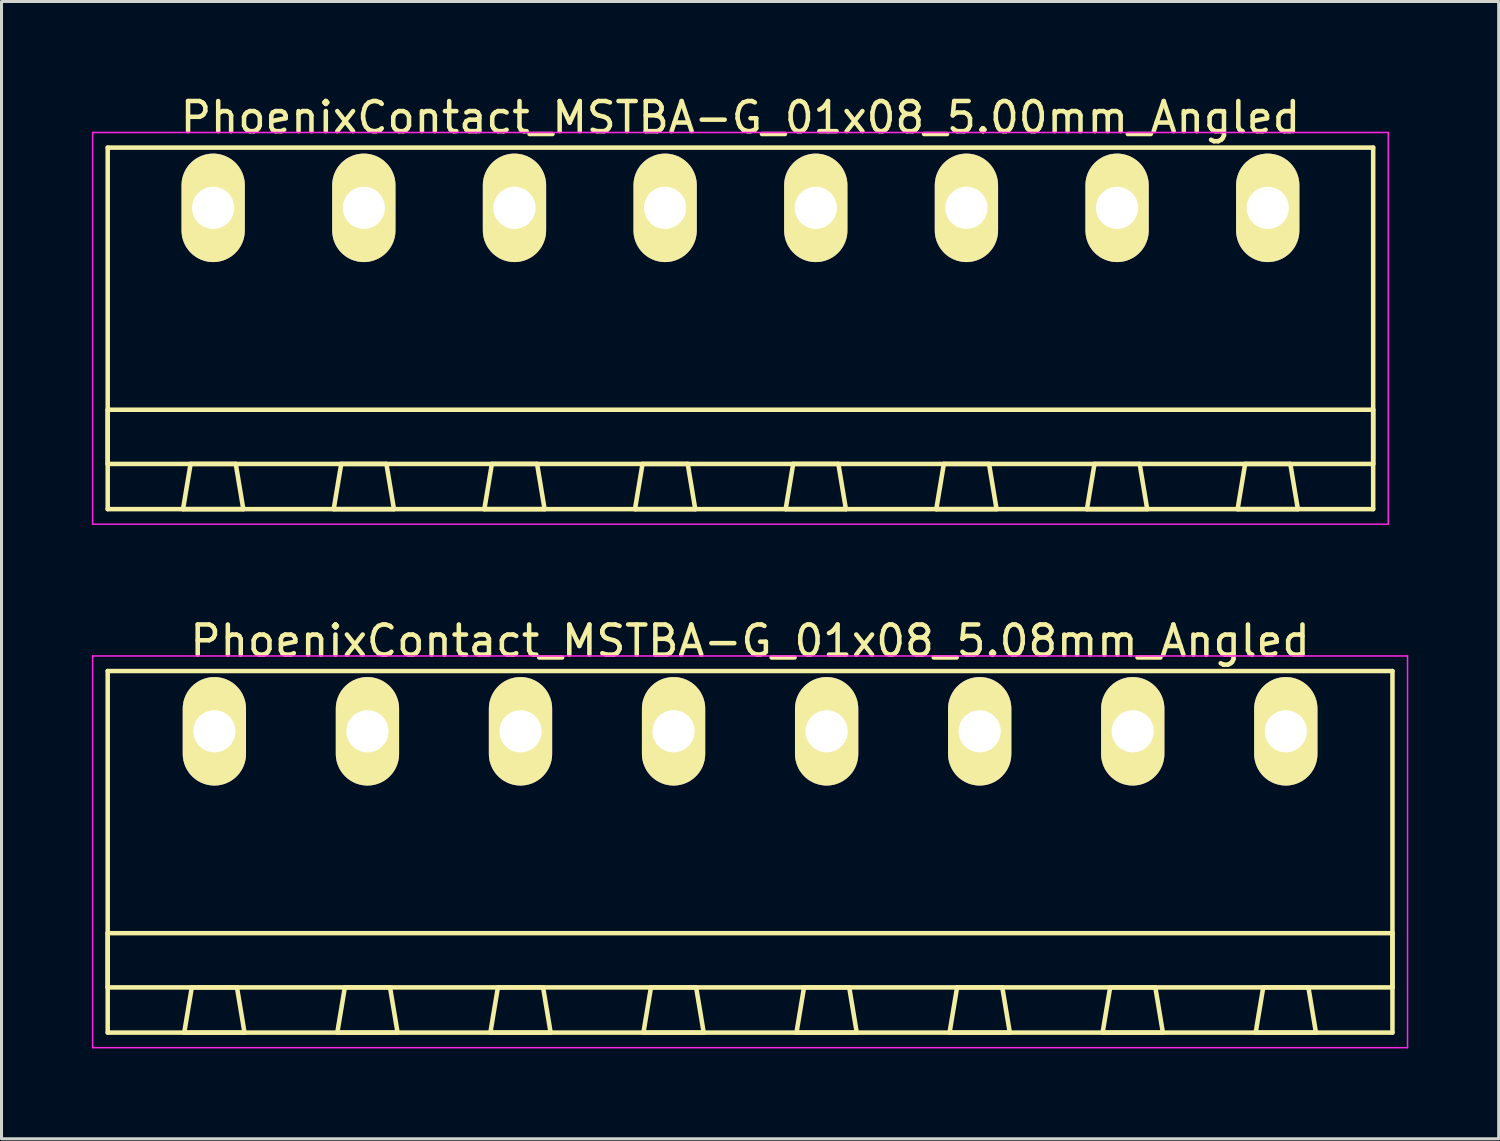
<source format=kicad_pcb>
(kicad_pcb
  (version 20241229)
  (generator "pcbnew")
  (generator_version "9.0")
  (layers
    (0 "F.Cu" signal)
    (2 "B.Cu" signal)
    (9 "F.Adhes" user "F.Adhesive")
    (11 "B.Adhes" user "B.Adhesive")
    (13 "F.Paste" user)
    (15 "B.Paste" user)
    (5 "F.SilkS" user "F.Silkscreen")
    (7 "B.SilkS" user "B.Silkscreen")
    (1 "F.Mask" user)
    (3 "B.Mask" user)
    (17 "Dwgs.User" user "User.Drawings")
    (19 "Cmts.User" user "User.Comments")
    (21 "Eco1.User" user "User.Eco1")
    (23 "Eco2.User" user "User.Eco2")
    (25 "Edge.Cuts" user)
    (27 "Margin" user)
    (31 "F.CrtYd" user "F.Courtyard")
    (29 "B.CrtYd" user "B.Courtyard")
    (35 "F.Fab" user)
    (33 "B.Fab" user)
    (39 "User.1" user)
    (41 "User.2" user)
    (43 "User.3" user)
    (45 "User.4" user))
  (footprint "PhoenixContact_MSTBA-G_01x08_5.08mm_Angled"
    (layer "F.Cu")
    (at 4.065 21.221)
    (property "Reference" "PhoenixContact_MSTBA-G_01x08_5.08mm_Angled" (at 17.78 -3 0) (layer "F.SilkS") (effects (font (size 1 1) (thickness 0.15))))
    (attr through_hole)
    (fp_line (start -3.54 -2) (end -3.54 10) (stroke (width 0.15) (type solid)) (layer "F.SilkS"))
    (fp_line (start -3.54 6.7) (end 39.1 6.7) (stroke (width 0.15) (type solid)) (layer "F.SilkS"))
    (fp_line (start -3.54 8.5) (end -3.54 6.7) (stroke (width 0.15) (type solid)) (layer "F.SilkS"))
    (fp_line (start -3.54 10) (end 39.1 10) (stroke (width 0.15) (type solid)) (layer "F.SilkS"))
    (fp_line (start -1 10) (end 1 10) (stroke (width 0.15) (type solid)) (layer "F.SilkS"))
    (fp_line (start -0.75 8.5) (end -1 10) (stroke (width 0.15) (type solid)) (layer "F.SilkS"))
    (fp_line (start 0.75 8.5) (end -0.75 8.5) (stroke (width 0.15) (type solid)) (layer "F.SilkS"))
    (fp_line (start 1 10) (end 0.75 8.5) (stroke (width 0.15) (type solid)) (layer "F.SilkS"))
    (fp_line (start 4.08 10) (end 6.08 10) (stroke (width 0.15) (type solid)) (layer "F.SilkS"))
    (fp_line (start 4.33 8.5) (end 4.08 10) (stroke (width 0.15) (type solid)) (layer "F.SilkS"))
    (fp_line (start 5.83 8.5) (end 4.33 8.5) (stroke (width 0.15) (type solid)) (layer "F.SilkS"))
    (fp_line (start 6.08 10) (end 5.83 8.5) (stroke (width 0.15) (type solid)) (layer "F.SilkS"))
    (fp_line (start 9.16 10) (end 11.16 10) (stroke (width 0.15) (type solid)) (layer "F.SilkS"))
    (fp_line (start 9.41 8.5) (end 9.16 10) (stroke (width 0.15) (type solid)) (layer "F.SilkS"))
    (fp_line (start 10.91 8.5) (end 9.41 8.5) (stroke (width 0.15) (type solid)) (layer "F.SilkS"))
    (fp_line (start 11.16 10) (end 10.91 8.5) (stroke (width 0.15) (type solid)) (layer "F.SilkS"))
    (fp_line (start 14.24 10) (end 16.24 10) (stroke (width 0.15) (type solid)) (layer "F.SilkS"))
    (fp_line (start 14.49 8.5) (end 14.24 10) (stroke (width 0.15) (type solid)) (layer "F.SilkS"))
    (fp_line (start 15.99 8.5) (end 14.49 8.5) (stroke (width 0.15) (type solid)) (layer "F.SilkS"))
    (fp_line (start 16.24 10) (end 15.99 8.5) (stroke (width 0.15) (type solid)) (layer "F.SilkS"))
    (fp_line (start 19.32 10) (end 21.32 10) (stroke (width 0.15) (type solid)) (layer "F.SilkS"))
    (fp_line (start 19.57 8.5) (end 19.32 10) (stroke (width 0.15) (type solid)) (layer "F.SilkS"))
    (fp_line (start 21.07 8.5) (end 19.57 8.5) (stroke (width 0.15) (type solid)) (layer "F.SilkS"))
    (fp_line (start 21.32 10) (end 21.07 8.5) (stroke (width 0.15) (type solid)) (layer "F.SilkS"))
    (fp_line (start 24.4 10) (end 26.4 10) (stroke (width 0.15) (type solid)) (layer "F.SilkS"))
    (fp_line (start 24.65 8.5) (end 24.4 10) (stroke (width 0.15) (type solid)) (layer "F.SilkS"))
    (fp_line (start 26.15 8.5) (end 24.65 8.5) (stroke (width 0.15) (type solid)) (layer "F.SilkS"))
    (fp_line (start 26.4 10) (end 26.15 8.5) (stroke (width 0.15) (type solid)) (layer "F.SilkS"))
    (fp_line (start 29.48 10) (end 31.48 10) (stroke (width 0.15) (type solid)) (layer "F.SilkS"))
    (fp_line (start 29.73 8.5) (end 29.48 10) (stroke (width 0.15) (type solid)) (layer "F.SilkS"))
    (fp_line (start 31.23 8.5) (end 29.73 8.5) (stroke (width 0.15) (type solid)) (layer "F.SilkS"))
    (fp_line (start 31.48 10) (end 31.23 8.5) (stroke (width 0.15) (type solid)) (layer "F.SilkS"))
    (fp_line (start 34.56 10) (end 36.56 10) (stroke (width 0.15) (type solid)) (layer "F.SilkS"))
    (fp_line (start 34.81 8.5) (end 34.56 10) (stroke (width 0.15) (type solid)) (layer "F.SilkS"))
    (fp_line (start 36.31 8.5) (end 34.81 8.5) (stroke (width 0.15) (type solid)) (layer "F.SilkS"))
    (fp_line (start 36.56 10) (end 36.31 8.5) (stroke (width 0.15) (type solid)) (layer "F.SilkS"))
    (fp_line (start 39.1 -2) (end -3.54 -2) (stroke (width 0.15) (type solid)) (layer "F.SilkS"))
    (fp_line (start 39.1 6.7) (end 39.1 8.5) (stroke (width 0.15) (type solid)) (layer "F.SilkS"))
    (fp_line (start 39.1 8.5) (end -3.54 8.5) (stroke (width 0.15) (type solid)) (layer "F.SilkS"))
    (fp_line (start 39.1 10) (end 39.1 -2) (stroke (width 0.15) (type solid)) (layer "F.SilkS"))
    (fp_line (start -4.04 -2.5) (end -4.04 10.5) (stroke (width 0.05) (type solid)) (layer "F.CrtYd"))
    (fp_line (start -4.04 10.5) (end 39.6 10.5) (stroke (width 0.05) (type solid)) (layer "F.CrtYd"))
    (fp_line (start 39.6 -2.5) (end -4.04 -2.5) (stroke (width 0.05) (type solid)) (layer "F.CrtYd"))
    (fp_line (start 39.6 10.5) (end 39.6 -2.5) (stroke (width 0.05) (type solid)) (layer "F.CrtYd"))
    (pad "1" thru_hole oval (at 0 0) (size 2.1 3.6) (drill 1.4) (layers "*.Cu" "*.Mask" "F.SilkS"))
    (pad "2" thru_hole oval (at 5.08 0) (size 2.1 3.6) (drill 1.4) (layers "*.Cu" "*.Mask" "F.SilkS"))
    (pad "3" thru_hole oval (at 10.16 0) (size 2.1 3.6) (drill 1.4) (layers "*.Cu" "*.Mask" "F.SilkS"))
    (pad "4" thru_hole oval (at 15.24 0) (size 2.1 3.6) (drill 1.4) (layers "*.Cu" "*.Mask" "F.SilkS"))
    (pad "5" thru_hole oval (at 20.32 0) (size 2.1 3.6) (drill 1.4) (layers "*.Cu" "*.Mask" "F.SilkS"))
    (pad "6" thru_hole oval (at 25.4 0) (size 2.1 3.6) (drill 1.4) (layers "*.Cu" "*.Mask" "F.SilkS"))
    (pad "7" thru_hole oval (at 30.48 0) (size 2.1 3.6) (drill 1.4) (layers "*.Cu" "*.Mask" "F.SilkS"))
    (pad "8" thru_hole oval (at 35.56 0) (size 2.1 3.6) (drill 1.4) (layers "*.Cu" "*.Mask" "F.SilkS")))
  (footprint "PhoenixContact_MSTBA-G_01x08_5.00mm_Angled"
    (layer "F.Cu")
    (at 4.025 3.848)
    (property "Reference" "PhoenixContact_MSTBA-G_01x08_5.00mm_Angled" (at 17.5 -3 0) (layer "F.SilkS") (effects (font (size 1 1) (thickness 0.15))))
    (attr through_hole)
    (fp_line (start -3.5 -2) (end -3.5 10) (stroke (width 0.15) (type solid)) (layer "F.SilkS"))
    (fp_line (start -3.5 6.7) (end 38.5 6.7) (stroke (width 0.15) (type solid)) (layer "F.SilkS"))
    (fp_line (start -3.5 8.5) (end -3.5 6.7) (stroke (width 0.15) (type solid)) (layer "F.SilkS"))
    (fp_line (start -3.5 10) (end 38.5 10) (stroke (width 0.15) (type solid)) (layer "F.SilkS"))
    (fp_line (start -1 10) (end 1 10) (stroke (width 0.15) (type solid)) (layer "F.SilkS"))
    (fp_line (start -0.75 8.5) (end -1 10) (stroke (width 0.15) (type solid)) (layer "F.SilkS"))
    (fp_line (start 0.75 8.5) (end -0.75 8.5) (stroke (width 0.15) (type solid)) (layer "F.SilkS"))
    (fp_line (start 1 10) (end 0.75 8.5) (stroke (width 0.15) (type solid)) (layer "F.SilkS"))
    (fp_line (start 4 10) (end 6 10) (stroke (width 0.15) (type solid)) (layer "F.SilkS"))
    (fp_line (start 4.25 8.5) (end 4 10) (stroke (width 0.15) (type solid)) (layer "F.SilkS"))
    (fp_line (start 5.75 8.5) (end 4.25 8.5) (stroke (width 0.15) (type solid)) (layer "F.SilkS"))
    (fp_line (start 6 10) (end 5.75 8.5) (stroke (width 0.15) (type solid)) (layer "F.SilkS"))
    (fp_line (start 9 10) (end 11 10) (stroke (width 0.15) (type solid)) (layer "F.SilkS"))
    (fp_line (start 9.25 8.5) (end 9 10) (stroke (width 0.15) (type solid)) (layer "F.SilkS"))
    (fp_line (start 10.75 8.5) (end 9.25 8.5) (stroke (width 0.15) (type solid)) (layer "F.SilkS"))
    (fp_line (start 11 10) (end 10.75 8.5) (stroke (width 0.15) (type solid)) (layer "F.SilkS"))
    (fp_line (start 14 10) (end 16 10) (stroke (width 0.15) (type solid)) (layer "F.SilkS"))
    (fp_line (start 14.25 8.5) (end 14 10) (stroke (width 0.15) (type solid)) (layer "F.SilkS"))
    (fp_line (start 15.75 8.5) (end 14.25 8.5) (stroke (width 0.15) (type solid)) (layer "F.SilkS"))
    (fp_line (start 16 10) (end 15.75 8.5) (stroke (width 0.15) (type solid)) (layer "F.SilkS"))
    (fp_line (start 19 10) (end 21 10) (stroke (width 0.15) (type solid)) (layer "F.SilkS"))
    (fp_line (start 19.25 8.5) (end 19 10) (stroke (width 0.15) (type solid)) (layer "F.SilkS"))
    (fp_line (start 20.75 8.5) (end 19.25 8.5) (stroke (width 0.15) (type solid)) (layer "F.SilkS"))
    (fp_line (start 21 10) (end 20.75 8.5) (stroke (width 0.15) (type solid)) (layer "F.SilkS"))
    (fp_line (start 24 10) (end 26 10) (stroke (width 0.15) (type solid)) (layer "F.SilkS"))
    (fp_line (start 24.25 8.5) (end 24 10) (stroke (width 0.15) (type solid)) (layer "F.SilkS"))
    (fp_line (start 25.75 8.5) (end 24.25 8.5) (stroke (width 0.15) (type solid)) (layer "F.SilkS"))
    (fp_line (start 26 10) (end 25.75 8.5) (stroke (width 0.15) (type solid)) (layer "F.SilkS"))
    (fp_line (start 29 10) (end 31 10) (stroke (width 0.15) (type solid)) (layer "F.SilkS"))
    (fp_line (start 29.25 8.5) (end 29 10) (stroke (width 0.15) (type solid)) (layer "F.SilkS"))
    (fp_line (start 30.75 8.5) (end 29.25 8.5) (stroke (width 0.15) (type solid)) (layer "F.SilkS"))
    (fp_line (start 31 10) (end 30.75 8.5) (stroke (width 0.15) (type solid)) (layer "F.SilkS"))
    (fp_line (start 34 10) (end 36 10) (stroke (width 0.15) (type solid)) (layer "F.SilkS"))
    (fp_line (start 34.25 8.5) (end 34 10) (stroke (width 0.15) (type solid)) (layer "F.SilkS"))
    (fp_line (start 35.75 8.5) (end 34.25 8.5) (stroke (width 0.15) (type solid)) (layer "F.SilkS"))
    (fp_line (start 36 10) (end 35.75 8.5) (stroke (width 0.15) (type solid)) (layer "F.SilkS"))
    (fp_line (start 38.5 -2) (end -3.5 -2) (stroke (width 0.15) (type solid)) (layer "F.SilkS"))
    (fp_line (start 38.5 6.7) (end 38.5 8.5) (stroke (width 0.15) (type solid)) (layer "F.SilkS"))
    (fp_line (start 38.5 8.5) (end -3.5 8.5) (stroke (width 0.15) (type solid)) (layer "F.SilkS"))
    (fp_line (start 38.5 10) (end 38.5 -2) (stroke (width 0.15) (type solid)) (layer "F.SilkS"))
    (fp_line (start -4 -2.5) (end -4 10.5) (stroke (width 0.05) (type solid)) (layer "F.CrtYd"))
    (fp_line (start -4 10.5) (end 39 10.5) (stroke (width 0.05) (type solid)) (layer "F.CrtYd"))
    (fp_line (start 39 -2.5) (end -4 -2.5) (stroke (width 0.05) (type solid)) (layer "F.CrtYd"))
    (fp_line (start 39 10.5) (end 39 -2.5) (stroke (width 0.05) (type solid)) (layer "F.CrtYd"))
    (pad "1" thru_hole oval (at 0 0) (size 2.1 3.6) (drill 1.4) (layers "*.Cu" "*.Mask" "F.SilkS"))
    (pad "2" thru_hole oval (at 5 0) (size 2.1 3.6) (drill 1.4) (layers "*.Cu" "*.Mask" "F.SilkS"))
    (pad "3" thru_hole oval (at 10 0) (size 2.1 3.6) (drill 1.4) (layers "*.Cu" "*.Mask" "F.SilkS"))
    (pad "4" thru_hole oval (at 15 0) (size 2.1 3.6) (drill 1.4) (layers "*.Cu" "*.Mask" "F.SilkS"))
    (pad "5" thru_hole oval (at 20 0) (size 2.1 3.6) (drill 1.4) (layers "*.Cu" "*.Mask" "F.SilkS"))
    (pad "6" thru_hole oval (at 25 0) (size 2.1 3.6) (drill 1.4) (layers "*.Cu" "*.Mask" "F.SilkS"))
    (pad "7" thru_hole oval (at 30 0) (size 2.1 3.6) (drill 1.4) (layers "*.Cu" "*.Mask" "F.SilkS"))
    (pad "8" thru_hole oval (at 35 0) (size 2.1 3.6) (drill 1.4) (layers "*.Cu" "*.Mask" "F.SilkS")))
  (gr_rect
    (start -3 -3)
    (end 46.69 34.746)
    (stroke (width 0.1) (type default))
    (fill no)
    (layer "Edge.Cuts")))
</source>
